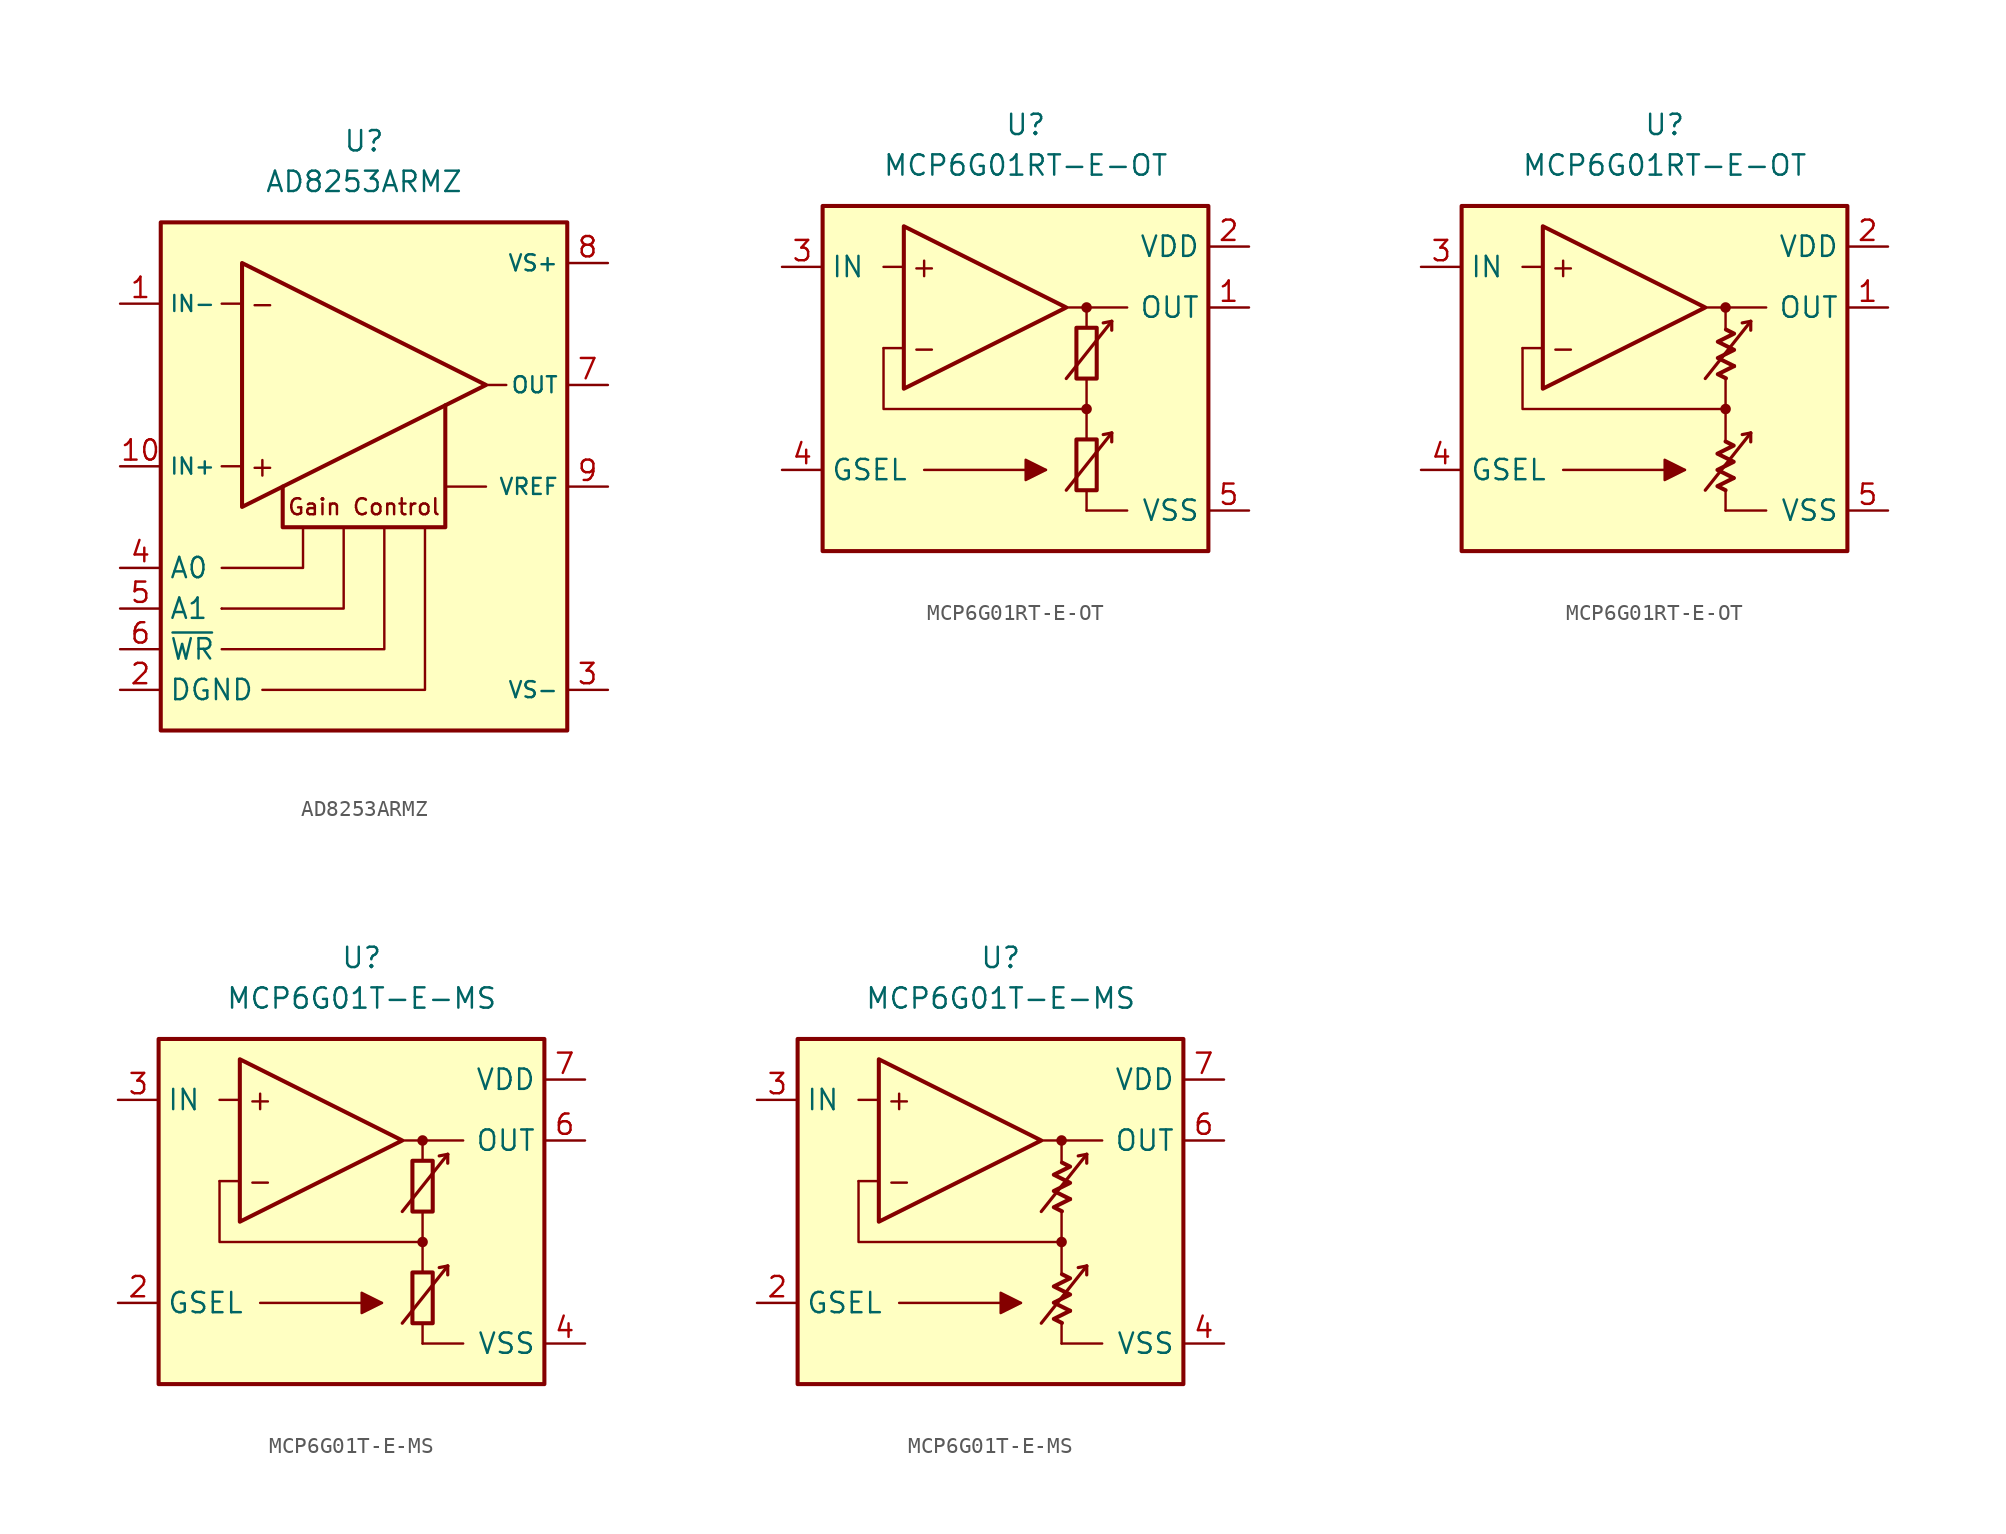
<source format=kicad_sym>
(kicad_symbol_lib
  (version 20231120)
  (generator "kicad_symbol_editor")
  (generator_version "8.0")
  (symbol "AD8253ARMZ"
    (property "Reference" "U"
      (at 0 21.59 0)
      (effects (font (size 1.27 1.27))))
    (property "Value" "AD8253ARMZ"
      (at 0 19.05 0)
      (effects (font (size 1.27 1.27))))
    (symbol "AD8253ARMZ_1_0"
      (rectangle (start -12.7 16.51) (end 12.7 -15.24) (stroke (width 0.254) (type default)) (fill (type background))))
    (symbol "AD8253ARMZ_1_1"
      (polyline (pts (xy -8.89 -7.62) (xy -8.89 -7.62)) (stroke (width 0.152) (type default)) (fill (type none)))
      (polyline (pts (xy -7.62 1.27) (xy -8.89 1.27)) (stroke (width 0.152) (type default)) (fill (type none)))
      (polyline (pts (xy -7.62 11.43) (xy -8.89 11.43)) (stroke (width 0.152) (type default)) (fill (type none)))
      (polyline (pts (xy 5.08 0) (xy 7.62 0)) (stroke (width 0.152) (type default)) (fill (type none)))
      (polyline (pts (xy 7.62 6.35) (xy 8.89 6.35)) (stroke (width 0.152) (type default)) (fill (type none)))
      (polyline (pts (xy -8.89 -7.62) (xy -1.27 -7.62) (xy -1.27 -2.54)) (stroke (width 0.152) (type default)) (fill (type none)))
      (polyline (pts (xy -6.35 -12.7) (xy 3.81 -12.7) (xy 3.81 -2.54)) (stroke (width 0.152) (type default)) (fill (type none)))
      (polyline (pts (xy -3.81 -2.54) (xy -3.81 -5.08) (xy -8.89 -5.08)) (stroke (width 0.152) (type default)) (fill (type none)))
      (polyline (pts (xy 1.27 -2.54) (xy 1.27 -10.16) (xy -8.89 -10.16)) (stroke (width 0.152) (type default)) (fill (type none)))
      (polyline (pts (xy -7.62 13.97) (xy -7.62 -1.27) (xy 7.62 6.35) (xy -7.62 13.97)) (stroke (width 0.254) (type default)) (fill (type none)))
      (polyline (pts (xy 5.08 5.08) (xy 5.08 -2.54) (xy -5.08 -2.54) (xy -5.08 0)) (stroke (width 0.254) (type default)) (fill (type none)))
      (text "+" (at -6.35 1.27 0) (effects (font (size 1.27 1.27))))
      (text "-" (at -6.35 11.43 0) (effects (font (size 1.27 1.27))))
      (text "Gain Control" (at 0 -1.27 0) (effects (font (size 1 1))))
      (pin input line (at -15.24 11.43 0) (length 2.54) (name "IN-" (effects (font (size 1 1)))) (number "1" (effects (font (size 1.27 1.27)))))
      (pin input line (at -15.24 1.27 0) (length 2.54) (name "IN+" (effects (font (size 1 1)))) (number "10" (effects (font (size 1.27 1.27)))))
      (pin power_in line (at -15.24 -12.7 0) (length 2.54) (name "DGND" (effects (font (size 1.27 1.27)))) (number "2" (effects (font (size 1.27 1.27)))))
      (pin power_in line (at 15.24 -12.7 180) (length 2.54) (name "VS-" (effects (font (size 1 1)))) (number "3" (effects (font (size 1.27 1.27)))))
      (pin input line (at -15.24 -5.08 0) (length 2.54) (name "A0" (effects (font (size 1.27 1.27)))) (number "4" (effects (font (size 1.27 1.27)))))
      (pin input line (at -15.24 -7.62 0) (length 2.54) (name "A1" (effects (font (size 1.27 1.27)))) (number "5" (effects (font (size 1.27 1.27)))))
      (pin input line (at -15.24 -10.16 0) (length 2.54) (name "~{WR}" (effects (font (size 1.27 1.27)))) (number "6" (effects (font (size 1.27 1.27)))))
      (pin output line (at 15.24 6.35 180) (length 2.54) (name "OUT" (effects (font (size 1 1)))) (number "7" (effects (font (size 1.27 1.27)))))
      (pin power_in line (at 15.24 13.97 180) (length 2.54) (name "VS+" (effects (font (size 1 1)))) (number "8" (effects (font (size 1.27 1.27)))))
      (pin input line (at 15.24 0 180) (length 2.54) (name "VREF" (effects (font (size 1 1)))) (number "9" (effects (font (size 1.27 1.27)))))))
  (symbol "MCP6G01RT-E-OT"
    (property "Reference" "U"
      (at 0 16.51 0)
      (effects (font (size 1.27 1.27))))
    (property "Value" "MCP6G01RT-E-OT"
      (at 0 13.97 0)
      (effects (font (size 1.27 1.27))))
    (symbol "MCP6G01RT-E-OT_0_0"
      (rectangle (start -12.7 11.43) (end 11.43 -10.16) (stroke (width 0.254) (type default)) (fill (type background)))
      (polyline (pts (xy 3.81 -3.81)) (stroke (width 0.152) (type default)) (fill (type none)))
      (polyline (pts (xy 3.81 3.81)) (stroke (width 0.152) (type default)) (fill (type none)))
      (polyline (pts (xy -7.62 2.54) (xy -8.89 2.54)) (stroke (width 0.152) (type default)) (fill (type none)))
      (polyline (pts (xy -7.62 7.62) (xy -8.89 7.62)) (stroke (width 0.152) (type default)) (fill (type none)))
      (polyline (pts (xy 2.54 5.08) (xy 6.35 5.08)) (stroke (width 0.152) (type default)) (fill (type none)))
      (polyline (pts (xy 3.81 -7.62) (xy 6.35 -7.62)) (stroke (width 0.152) (type default)) (fill (type none)))
      (polyline (pts (xy 3.81 -6.35) (xy 3.81 -7.62)) (stroke (width 0.152) (type default)) (fill (type none)))
      (polyline (pts (xy 3.81 -1.27) (xy 3.81 -3.175)) (stroke (width 0.152) (type default)) (fill (type none)))
      (polyline (pts (xy 3.81 0.635) (xy 3.81 -1.27)) (stroke (width 0.152) (type default)) (fill (type none)))
      (polyline (pts (xy 3.81 5.08) (xy 3.81 3.81)) (stroke (width 0.152) (type default)) (fill (type none)))
      (polyline (pts (xy 3.81 -1.27) (xy -8.89 -1.27) (xy -8.89 2.54)) (stroke (width 0.152) (type default)) (fill (type none)))
      (circle (center 3.81 -1.27) (radius 0.254) (stroke (width 0.152) (type default)) (fill (type outline)))
      (circle (center 3.81 5.08) (radius 0.254) (stroke (width 0.152) (type default)) (fill (type outline)))
      (text "+" (at -6.35 7.62 0) (effects (font (size 1.27 1.27))))
      (text "-" (at -6.35 2.54 0) (effects (font (size 1.27 1.27)))))
    (symbol "MCP6G01RT-E-OT_0_1"
      (rectangle (start 3.175 -3.175) (end 4.445 -6.35) (stroke (width 0.254) (type default)) (fill (type none)))
      (rectangle (start 3.175 3.81) (end 4.445 0.635) (stroke (width 0.254) (type default)) (fill (type none))))
    (symbol "MCP6G01RT-E-OT_0_2"
      (polyline (pts (xy 4.318 -5.588) (xy 3.302 -6.096) (xy 3.81 -6.35)) (stroke (width 0.254) (type default)) (fill (type none)))
      (polyline (pts (xy 4.343 1.413) (xy 3.326 0.905) (xy 3.834 0.651)) (stroke (width 0.254) (type default)) (fill (type none)))
      (polyline (pts (xy 3.81 -3.302) (xy 4.318 -3.556) (xy 3.302 -4.064) (xy 4.318 -4.572) (xy 3.302 -5.08) (xy 4.318 -5.588)) (stroke (width 0.254) (type default)) (fill (type none)))
      (polyline (pts (xy 3.834 3.7) (xy 4.343 3.446) (xy 3.326 2.938) (xy 4.343 2.429) (xy 3.326 1.921) (xy 4.343 1.413)) (stroke (width 0.254) (type default)) (fill (type none))))
    (symbol "MCP6G01RT-E-OT_1_0"
      (polyline (pts (xy -6.35 -5.08) (xy 1.27 -5.08)) (stroke (width 0.152) (type default)) (fill (type none)))
      (polyline (pts (xy 5.385 -2.769) (xy 4.851 -2.87)) (stroke (width 0.2) (type default)) (fill (type none)))
      (polyline (pts (xy 5.385 -2.769) (xy 5.385 -3.327)) (stroke (width 0.2) (type default)) (fill (type none)))
      (polyline (pts (xy 5.385 4.216) (xy 4.851 4.115)) (stroke (width 0.2) (type default)) (fill (type none)))
      (polyline (pts (xy 5.385 4.216) (xy 5.385 3.658)) (stroke (width 0.2) (type default)) (fill (type none)))
      (polyline (pts (xy -7.62 10.16) (xy -7.62 0) (xy 2.54 5.08) (xy -7.62 10.16)) (stroke (width 0.254) (type default)) (fill (type background)))
      (polyline (pts (xy 2.54 -6.35) (xy 5.385 -2.769) (xy 5.385 -2.769) (xy 5.385 -2.769)) (stroke (width 0.2) (type default)) (fill (type none)))
      (polyline (pts (xy 2.54 0.635) (xy 5.385 4.216) (xy 5.385 4.216) (xy 5.385 4.216)) (stroke (width 0.2) (type default)) (fill (type none)))
      (polyline (pts (xy 1.27 -5.08) (xy 0 -4.445) (xy 0 -5.715) (xy 1.27 -5.08) (xy 0 -4.445)) (stroke (width 0.152) (type default)) (fill (type outline))))
    (symbol "MCP6G01RT-E-OT_1_1"
      (pin output line (at 13.97 5.08 180) (length 2.54) (name "OUT" (effects (font (size 1.27 1.27)))) (number "1" (effects (font (size 1.27 1.27)))))
      (pin power_in line (at 13.97 8.89 180) (length 2.54) (name "VDD" (effects (font (size 1.27 1.27)))) (number "2" (effects (font (size 1.27 1.27)))))
      (pin input line (at -15.24 7.62 0) (length 2.54) (name "IN" (effects (font (size 1.27 1.27)))) (number "3" (effects (font (size 1.27 1.27)))))
      (pin input line (at -15.24 -5.08 0) (length 2.54) (name "GSEL" (effects (font (size 1.27 1.27)))) (number "4" (effects (font (size 1.27 1.27)))))
      (pin power_in line (at 13.97 -7.62 180) (length 2.54) (name "VSS" (effects (font (size 1.27 1.27)))) (number "5" (effects (font (size 1.27 1.27))))))
    (symbol "MCP6G01RT-E-OT_1_2"
      (pin output line (at 13.97 5.08 180) (length 2.54) (name "OUT" (effects (font (size 1.27 1.27)))) (number "1" (effects (font (size 1.27 1.27)))))
      (pin power_in line (at 13.97 8.89 180) (length 2.54) (name "VDD" (effects (font (size 1.27 1.27)))) (number "2" (effects (font (size 1.27 1.27)))))
      (pin input line (at -15.24 7.62 0) (length 2.54) (name "IN" (effects (font (size 1.27 1.27)))) (number "3" (effects (font (size 1.27 1.27)))))
      (pin input line (at -15.24 -5.08 0) (length 2.54) (name "GSEL" (effects (font (size 1.27 1.27)))) (number "4" (effects (font (size 1.27 1.27)))))
      (pin power_in line (at 13.97 -7.62 180) (length 2.54) (name "VSS" (effects (font (size 1.27 1.27)))) (number "5" (effects (font (size 1.27 1.27)))))))
  (symbol "MCP6G01T-E-MS"
    (property "Reference" "U"
      (at 0 16.51 0)
      (effects (font (size 1.27 1.27))))
    (property "Value" "MCP6G01T-E-MS"
      (at 0 13.97 0)
      (effects (font (size 1.27 1.27))))
    (symbol "MCP6G01T-E-MS_0_0"
      (rectangle (start -12.7 11.43) (end 11.43 -10.16) (stroke (width 0.254) (type default)) (fill (type background)))
      (polyline (pts (xy 3.81 -3.81)) (stroke (width 0.152) (type default)) (fill (type none)))
      (polyline (pts (xy 3.81 -3.175)) (stroke (width 0.152) (type default)) (fill (type none)))
      (polyline (pts (xy 3.81 3.81)) (stroke (width 0.152) (type default)) (fill (type none)))
      (polyline (pts (xy 3.81 3.81)) (stroke (width 0.152) (type default)) (fill (type none)))
      (polyline (pts (xy -7.62 2.54) (xy -8.89 2.54)) (stroke (width 0.152) (type default)) (fill (type none)))
      (polyline (pts (xy -7.62 7.62) (xy -8.89 7.62)) (stroke (width 0.152) (type default)) (fill (type none)))
      (polyline (pts (xy 2.54 5.08) (xy 6.35 5.08)) (stroke (width 0.152) (type default)) (fill (type none)))
      (polyline (pts (xy 3.81 -7.62) (xy 6.35 -7.62)) (stroke (width 0.152) (type default)) (fill (type none)))
      (polyline (pts (xy 3.81 -6.35) (xy 3.81 -7.62)) (stroke (width 0.152) (type default)) (fill (type none)))
      (polyline (pts (xy 3.81 -1.27) (xy 3.81 -3.175)) (stroke (width 0.152) (type default)) (fill (type none)))
      (polyline (pts (xy 3.81 0.635) (xy 3.81 -1.27)) (stroke (width 0.152) (type default)) (fill (type none)))
      (polyline (pts (xy 3.81 5.08) (xy 3.81 3.81)) (stroke (width 0.152) (type default)) (fill (type none)))
      (polyline (pts (xy 3.81 -1.27) (xy -8.89 -1.27) (xy -8.89 2.54)) (stroke (width 0.152) (type default)) (fill (type none)))
      (circle (center 3.81 -1.27) (radius 0.254) (stroke (width 0.152) (type default)) (fill (type outline)))
      (circle (center 3.81 5.08) (radius 0.254) (stroke (width 0.152) (type default)) (fill (type outline)))
      (text "+" (at -6.35 7.62 0) (effects (font (size 1.27 1.27))))
      (text "-" (at -6.35 2.54 0) (effects (font (size 1.27 1.27)))))
    (symbol "MCP6G01T-E-MS_0_1"
      (rectangle (start 3.175 -3.175) (end 4.445 -6.35) (stroke (width 0.254) (type default)) (fill (type none)))
      (rectangle (start 3.175 3.81) (end 4.445 0.635) (stroke (width 0.254) (type default)) (fill (type none))))
    (symbol "MCP6G01T-E-MS_0_2"
      (polyline (pts (xy 4.343 -5.572) (xy 3.326 -6.08) (xy 3.834 -6.333)) (stroke (width 0.254) (type default)) (fill (type none)))
      (polyline (pts (xy 4.343 1.413) (xy 3.326 0.905) (xy 3.834 0.651)) (stroke (width 0.254) (type default)) (fill (type none)))
      (polyline (pts (xy 3.834 -3.285) (xy 4.343 -3.539) (xy 3.326 -4.048) (xy 4.343 -4.556) (xy 3.326 -5.064) (xy 4.343 -5.572)) (stroke (width 0.254) (type default)) (fill (type none)))
      (polyline (pts (xy 3.834 3.7) (xy 4.343 3.446) (xy 3.326 2.938) (xy 4.343 2.429) (xy 3.326 1.921) (xy 4.343 1.413)) (stroke (width 0.254) (type default)) (fill (type none))))
    (symbol "MCP6G01T-E-MS_1_0"
      (polyline (pts (xy -6.35 -5.08) (xy 1.27 -5.08)) (stroke (width 0.152) (type default)) (fill (type none)))
      (polyline (pts (xy 5.385 -2.769) (xy 4.851 -2.87)) (stroke (width 0.2) (type default)) (fill (type none)))
      (polyline (pts (xy 5.385 -2.769) (xy 5.385 -3.327)) (stroke (width 0.2) (type default)) (fill (type none)))
      (polyline (pts (xy 5.385 4.216) (xy 4.851 4.115)) (stroke (width 0.2) (type default)) (fill (type none)))
      (polyline (pts (xy 5.385 4.216) (xy 5.385 3.658)) (stroke (width 0.2) (type default)) (fill (type none)))
      (polyline (pts (xy -7.62 10.16) (xy -7.62 0) (xy 2.54 5.08) (xy -7.62 10.16)) (stroke (width 0.254) (type default)) (fill (type background)))
      (polyline (pts (xy 2.54 -6.35) (xy 5.385 -2.769) (xy 5.385 -2.769) (xy 5.385 -2.769)) (stroke (width 0.2) (type default)) (fill (type none)))
      (polyline (pts (xy 2.54 0.635) (xy 5.385 4.216) (xy 5.385 4.216) (xy 5.385 4.216)) (stroke (width 0.2) (type default)) (fill (type none)))
      (polyline (pts (xy 1.27 -5.08) (xy 0 -4.445) (xy 0 -5.715) (xy 1.27 -5.08) (xy 0 -4.445)) (stroke (width 0.152) (type default)) (fill (type outline))))
    (symbol "MCP6G01T-E-MS_1_1"
      (pin free line (at -1.27 -5.08 0) (length 2.54) hide (name "NC" (effects (font (size 1.27 1.27)))) (number "1" (effects (font (size 1.27 1.27)))))
      (pin input line (at -15.24 -5.08 0) (length 2.54) (name "GSEL" (effects (font (size 1.27 1.27)))) (number "2" (effects (font (size 1.27 1.27)))))
      (pin input line (at -15.24 7.62 0) (length 2.54) (name "IN" (effects (font (size 1.27 1.27)))) (number "3" (effects (font (size 1.27 1.27)))))
      (pin power_in line (at 13.97 -7.62 180) (length 2.54) (name "VSS" (effects (font (size 1.27 1.27)))) (number "4" (effects (font (size 1.27 1.27)))))
      (pin free line (at -1.27 -7.62 0) (length 2.54) hide (name "NC" (effects (font (size 1.27 1.27)))) (number "5" (effects (font (size 1.27 1.27)))))
      (pin output line (at 13.97 5.08 180) (length 2.54) (name "OUT" (effects (font (size 1.27 1.27)))) (number "6" (effects (font (size 1.27 1.27)))))
      (pin power_in line (at 13.97 8.89 180) (length 2.54) (name "VDD" (effects (font (size 1.27 1.27)))) (number "7" (effects (font (size 1.27 1.27)))))
      (pin free line (at -1.27 -2.54 0) (length 2.54) hide (name "NC" (effects (font (size 1.27 1.27)))) (number "8" (effects (font (size 1.27 1.27))))))
    (symbol "MCP6G01T-E-MS_1_2"
      (pin no_connect line (at -1.27 -5.08 0) (length 2.54) hide (name "NC" (effects (font (size 1.27 1.27)))) (number "1" (effects (font (size 1.27 1.27)))))
      (pin input line (at -15.24 -5.08 0) (length 2.54) (name "GSEL" (effects (font (size 1.27 1.27)))) (number "2" (effects (font (size 1.27 1.27)))))
      (pin input line (at -15.24 7.62 0) (length 2.54) (name "IN" (effects (font (size 1.27 1.27)))) (number "3" (effects (font (size 1.27 1.27)))))
      (pin power_in line (at 13.97 -7.62 180) (length 2.54) (name "VSS" (effects (font (size 1.27 1.27)))) (number "4" (effects (font (size 1.27 1.27)))))
      (pin no_connect line (at -1.27 -7.62 0) (length 2.54) hide (name "NC" (effects (font (size 1.27 1.27)))) (number "5" (effects (font (size 1.27 1.27)))))
      (pin output line (at 13.97 5.08 180) (length 2.54) (name "OUT" (effects (font (size 1.27 1.27)))) (number "6" (effects (font (size 1.27 1.27)))))
      (pin power_in line (at 13.97 8.89 180) (length 2.54) (name "VDD" (effects (font (size 1.27 1.27)))) (number "7" (effects (font (size 1.27 1.27)))))
      (pin no_connect line (at -1.27 -2.54 0) (length 2.54) hide (name "NC" (effects (font (size 1.27 1.27)))) (number "8" (effects (font (size 1.27 1.27))))))))
</source>
